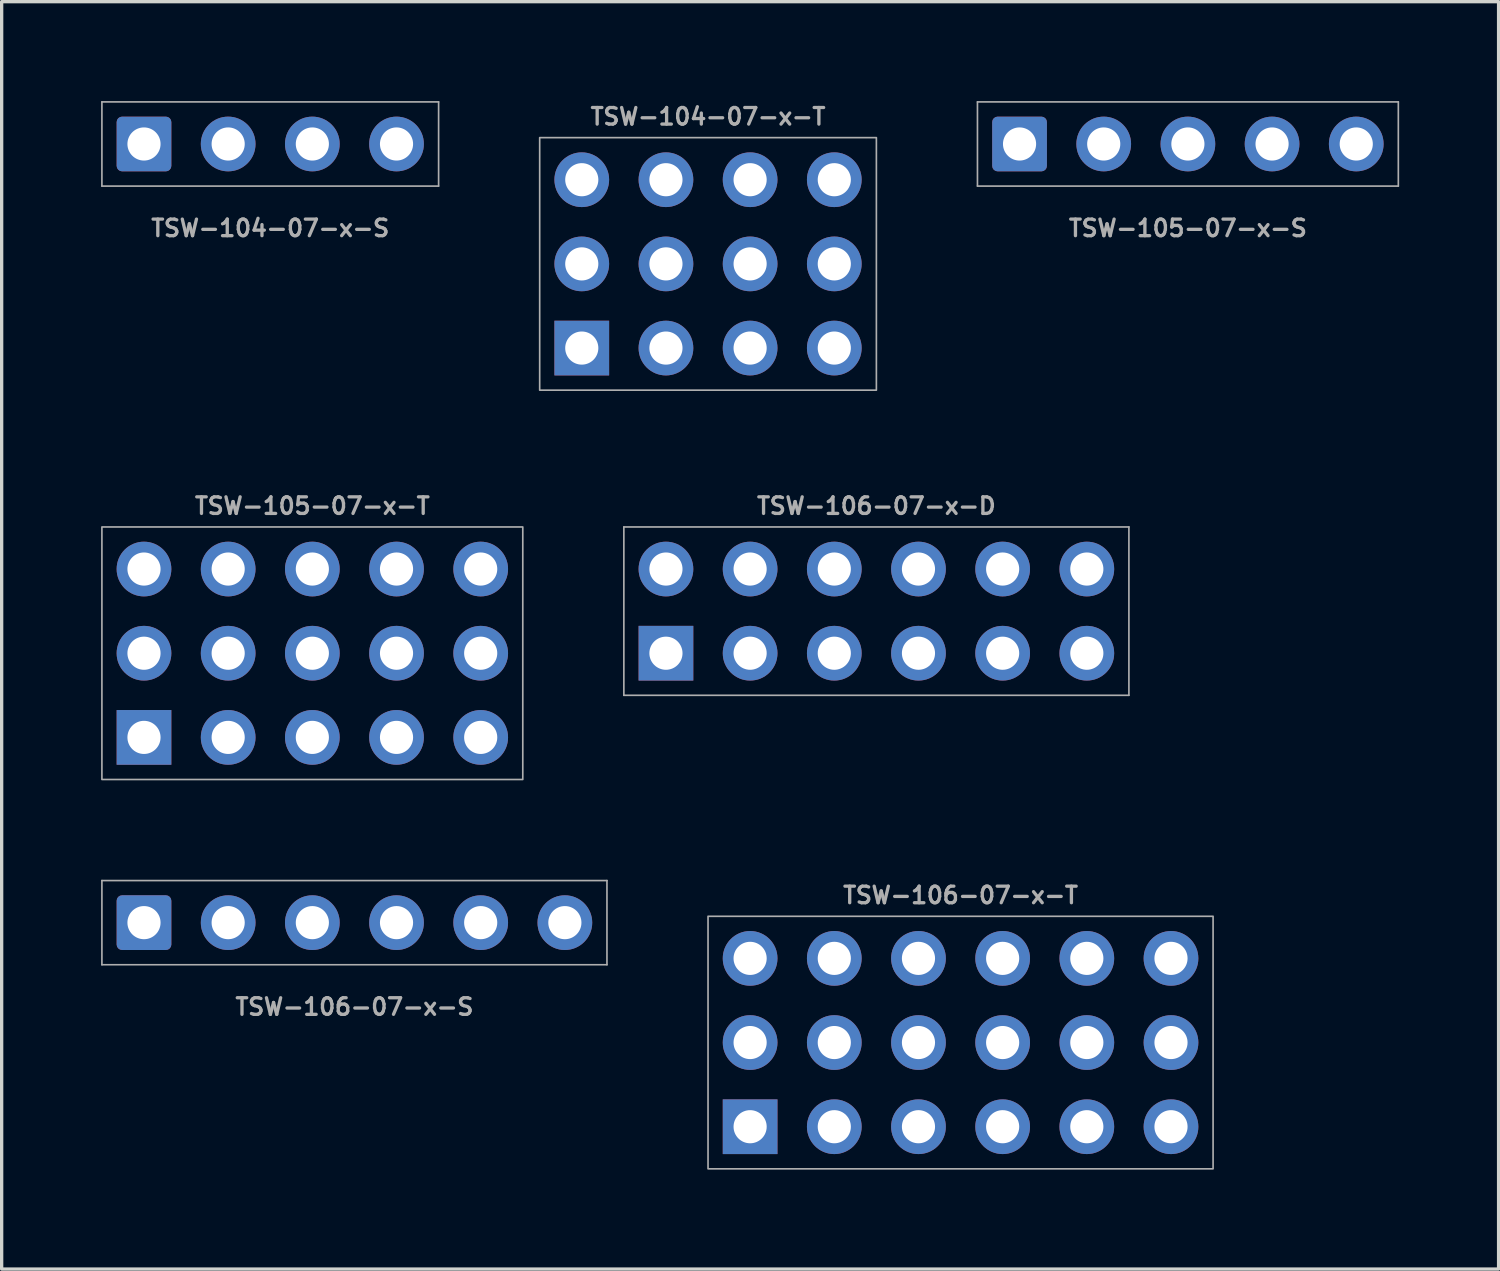
<source format=kicad_pcb>
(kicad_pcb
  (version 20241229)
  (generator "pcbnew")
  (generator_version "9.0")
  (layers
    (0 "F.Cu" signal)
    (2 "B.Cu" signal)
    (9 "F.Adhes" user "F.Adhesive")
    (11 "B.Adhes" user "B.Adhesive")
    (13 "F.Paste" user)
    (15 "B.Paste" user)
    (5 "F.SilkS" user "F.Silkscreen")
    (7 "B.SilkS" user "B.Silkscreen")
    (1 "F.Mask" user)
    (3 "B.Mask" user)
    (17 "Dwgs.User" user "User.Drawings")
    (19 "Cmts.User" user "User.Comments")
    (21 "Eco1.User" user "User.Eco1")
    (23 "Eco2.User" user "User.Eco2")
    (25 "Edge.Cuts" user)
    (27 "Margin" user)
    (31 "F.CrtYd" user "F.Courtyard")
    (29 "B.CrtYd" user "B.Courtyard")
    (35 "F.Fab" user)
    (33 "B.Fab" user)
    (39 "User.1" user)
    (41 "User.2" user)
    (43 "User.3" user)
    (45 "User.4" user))
  (footprint "TSW-104-07-x-S"
    (layer "F.Cu")
    (at 5.105 1.295)
    (property "Reference" "TSW-104-07-x-S" (at 0 2.54 0) (layer "F.Fab") (effects (font (size 0.5 0.5) (thickness 0.1))))
    (attr through_hole)
    (fp_line (start -5.08 -1.27) (end -5.08 1.27) (stroke (width 0.05) (type solid)) (layer "F.Fab"))
    (fp_line (start -5.08 1.27) (end 5.08 1.27) (stroke (width 0.05) (type solid)) (layer "F.Fab"))
    (fp_line (start 5.08 -1.27) (end -5.08 -1.27) (stroke (width 0.05) (type solid)) (layer "F.Fab"))
    (fp_line (start 5.08 1.27) (end 5.08 -1.27) (stroke (width 0.05) (type solid)) (layer "F.Fab"))
    (pad "1" thru_hole roundrect (at -3.81 0 90) (size 1.651 1.651) (drill 1) (layers "*.Cu" "*.Mask") (roundrect_rratio 0.1))
    (pad "2" thru_hole circle (at -1.27 0 90) (size 1.651 1.651) (drill 1) (layers "*.Cu" "*.Mask"))
    (pad "3" thru_hole circle (at 1.27 0 90) (size 1.651 1.651) (drill 1) (layers "*.Cu" "*.Mask"))
    (pad "4" thru_hole circle (at 3.81 0 90) (size 1.651 1.651) (drill 1) (layers "*.Cu" "*.Mask")))
  (footprint "TSW-105-07-x-S"
    (layer "F.Cu")
    (at 32.795 1.295)
    (property "Reference" "TSW-105-07-x-S" (at 0 2.54 0) (layer "F.Fab") (effects (font (size 0.5 0.5) (thickness 0.1))))
    (attr through_hole)
    (fp_line (start -6.35 -1.27) (end -6.35 1.27) (stroke (width 0.05) (type solid)) (layer "F.Fab"))
    (fp_line (start -6.35 1.27) (end 6.35 1.27) (stroke (width 0.05) (type solid)) (layer "F.Fab"))
    (fp_line (start 6.35 -1.27) (end -6.35 -1.27) (stroke (width 0.05) (type solid)) (layer "F.Fab"))
    (fp_line (start 6.35 1.27) (end 6.35 -1.27) (stroke (width 0.05) (type solid)) (layer "F.Fab"))
    (pad "1" thru_hole roundrect (at -5.08 0 90) (size 1.651 1.651) (drill 1) (layers "*.Cu" "*.Mask") (roundrect_rratio 0.1))
    (pad "2" thru_hole circle (at -2.54 0 90) (size 1.651 1.651) (drill 1) (layers "*.Cu" "*.Mask"))
    (pad "3" thru_hole circle (at 0 0 90) (size 1.651 1.651) (drill 1) (layers "*.Cu" "*.Mask"))
    (pad "4" thru_hole circle (at 2.54 0 90) (size 1.651 1.651) (drill 1) (layers "*.Cu" "*.Mask"))
    (pad "5" thru_hole circle (at 5.08 0 90) (size 1.651 1.651) (drill 1) (layers "*.Cu" "*.Mask")))
  (footprint "TSW-104-07-x-T"
    (layer "F.Cu")
    (at 18.315 4.913)
    (property "Reference" "TSW-104-07-x-T" (at 0 -4.445 0) (layer "F.Fab") (effects (font (size 0.5 0.5) (thickness 0.1))))
    (attr through_hole)
    (fp_rect (start -5.08 -3.81) (end 5.08 3.81) (stroke (width 0.05) (type solid)) (fill no) (layer "F.Fab"))
    (pad "1" thru_hole rect (at -3.81 2.54 90) (size 1.651 1.651) (drill 1) (layers "*.Cu" "*.Mask"))
    (pad "2" thru_hole circle (at -3.81 0 90) (size 1.651 1.651) (drill 1) (layers "*.Cu" "*.Mask"))
    (pad "3" thru_hole circle (at -3.81 -2.54 90) (size 1.651 1.651) (drill 1) (layers "*.Cu" "*.Mask"))
    (pad "4" thru_hole circle (at -1.27 2.54 90) (size 1.651 1.651) (drill 1) (layers "*.Cu" "*.Mask"))
    (pad "5" thru_hole circle (at -1.27 0) (size 1.651 1.651) (drill 1) (layers "*.Cu" "*.Mask"))
    (pad "6" thru_hole circle (at -1.27 -2.54) (size 1.651 1.651) (drill 1) (layers "*.Cu" "*.Mask"))
    (pad "7" thru_hole circle (at 1.27 2.54) (size 1.651 1.651) (drill 1) (layers "*.Cu" "*.Mask"))
    (pad "8" thru_hole circle (at 1.27 0) (size 1.651 1.651) (drill 1) (layers "*.Cu" "*.Mask"))
    (pad "9" thru_hole circle (at 1.27 -2.54 90) (size 1.651 1.651) (drill 1) (layers "*.Cu" "*.Mask"))
    (pad "10" thru_hole circle (at 3.81 2.54 90) (size 1.651 1.651) (drill 1) (layers "*.Cu" "*.Mask"))
    (pad "11" thru_hole circle (at 3.81 0) (size 1.651 1.651) (drill 1) (layers "*.Cu" "*.Mask"))
    (pad "12" thru_hole circle (at 3.81 -2.54) (size 1.651 1.651) (drill 1) (layers "*.Cu" "*.Mask")))
  (footprint "TSW-106-07-x-D"
    (layer "F.Cu")
    (at 23.395 15.391)
    (property "Reference" "TSW-106-07-x-D" (at 0 -3.175 0) (layer "F.Fab") (effects (font (size 0.5 0.5) (thickness 0.1))))
    (attr through_hole)
    (fp_line (start -7.62 -2.54) (end -7.62 2.54) (stroke (width 0.05) (type solid)) (layer "F.Fab"))
    (fp_line (start -7.62 2.54) (end 7.62 2.54) (stroke (width 0.05) (type solid)) (layer "F.Fab"))
    (fp_line (start 7.62 -2.54) (end -7.62 -2.54) (stroke (width 0.05) (type solid)) (layer "F.Fab"))
    (fp_line (start 7.62 2.54) (end 7.62 -2.54) (stroke (width 0.05) (type solid)) (layer "F.Fab"))
    (pad "1" thru_hole rect (at -6.35 1.27 90) (size 1.651 1.651) (drill 1) (layers "*.Cu" "*.Mask"))
    (pad "2" thru_hole circle (at -6.35 -1.27 90) (size 1.651 1.651) (drill 1) (layers "*.Cu" "*.Mask"))
    (pad "3" thru_hole circle (at -3.81 1.27 90) (size 1.651 1.651) (drill 1) (layers "*.Cu" "*.Mask"))
    (pad "4" thru_hole circle (at -3.81 -1.27 90) (size 1.651 1.651) (drill 1) (layers "*.Cu" "*.Mask"))
    (pad "5" thru_hole circle (at -1.27 1.27) (size 1.651 1.651) (drill 1) (layers "*.Cu" "*.Mask"))
    (pad "6" thru_hole circle (at -1.27 -1.27) (size 1.651 1.651) (drill 1) (layers "*.Cu" "*.Mask"))
    (pad "7" thru_hole circle (at 1.27 1.27) (size 1.651 1.651) (drill 1) (layers "*.Cu" "*.Mask"))
    (pad "8" thru_hole circle (at 1.27 -1.27) (size 1.651 1.651) (drill 1) (layers "*.Cu" "*.Mask"))
    (pad "9" thru_hole circle (at 3.81 1.27 90) (size 1.651 1.651) (drill 1) (layers "*.Cu" "*.Mask"))
    (pad "10" thru_hole circle (at 3.81 -1.27 90) (size 1.651 1.651) (drill 1) (layers "*.Cu" "*.Mask"))
    (pad "11" thru_hole circle (at 6.35 1.27) (size 1.651 1.651) (drill 1) (layers "*.Cu" "*.Mask"))
    (pad "12" thru_hole circle (at 6.35 -1.27) (size 1.651 1.651) (drill 1) (layers "*.Cu" "*.Mask")))
  (footprint "TSW-106-07-x-S"
    (layer "F.Cu")
    (at 7.645 24.791)
    (property "Reference" "TSW-106-07-x-S" (at 0 2.54 0) (layer "F.Fab") (effects (font (size 0.5 0.5) (thickness 0.1))))
    (attr through_hole)
    (fp_line (start -7.62 -1.27) (end -7.62 1.27) (stroke (width 0.05) (type solid)) (layer "F.Fab"))
    (fp_line (start -7.62 1.27) (end 7.62 1.27) (stroke (width 0.05) (type solid)) (layer "F.Fab"))
    (fp_line (start 7.62 -1.27) (end -7.62 -1.27) (stroke (width 0.05) (type solid)) (layer "F.Fab"))
    (fp_line (start 7.62 1.27) (end 7.62 -1.27) (stroke (width 0.05) (type solid)) (layer "F.Fab"))
    (pad "1" thru_hole roundrect (at -6.35 0 90) (size 1.651 1.651) (drill 1) (layers "*.Cu" "*.Mask") (roundrect_rratio 0.1))
    (pad "2" thru_hole circle (at -3.81 0 90) (size 1.651 1.651) (drill 1) (layers "*.Cu" "*.Mask"))
    (pad "3" thru_hole circle (at -1.27 0 90) (size 1.651 1.651) (drill 1) (layers "*.Cu" "*.Mask"))
    (pad "4" thru_hole circle (at 1.27 0 90) (size 1.651 1.651) (drill 1) (layers "*.Cu" "*.Mask"))
    (pad "5" thru_hole circle (at 3.81 0 90) (size 1.651 1.651) (drill 1) (layers "*.Cu" "*.Mask"))
    (pad "6" thru_hole circle (at 6.35 0 90) (size 1.651 1.651) (drill 1) (layers "*.Cu" "*.Mask")))
  (footprint "TSW-105-07-x-T"
    (layer "F.Cu")
    (at 6.375 16.661)
    (property "Reference" "TSW-105-07-x-T" (at 0 -4.445 0) (layer "F.Fab") (effects (font (size 0.5 0.5) (thickness 0.1))))
    (attr through_hole)
    (fp_rect (start -6.35 -3.81) (end 6.35 3.81) (stroke (width 0.05) (type solid)) (fill no) (layer "F.Fab"))
    (pad "1" thru_hole rect (at -5.08 2.54 90) (size 1.651 1.651) (drill 1) (layers "*.Cu" "*.Mask"))
    (pad "2" thru_hole circle (at -5.08 0 90) (size 1.651 1.651) (drill 1) (layers "*.Cu" "*.Mask"))
    (pad "3" thru_hole circle (at -5.08 -2.54 90) (size 1.651 1.651) (drill 1) (layers "*.Cu" "*.Mask"))
    (pad "4" thru_hole circle (at -2.54 2.54 90) (size 1.651 1.651) (drill 1) (layers "*.Cu" "*.Mask"))
    (pad "5" thru_hole circle (at -2.54 0) (size 1.651 1.651) (drill 1) (layers "*.Cu" "*.Mask"))
    (pad "6" thru_hole circle (at -2.54 -2.54) (size 1.651 1.651) (drill 1) (layers "*.Cu" "*.Mask"))
    (pad "7" thru_hole circle (at 0 2.54) (size 1.651 1.651) (drill 1) (layers "*.Cu" "*.Mask"))
    (pad "8" thru_hole circle (at 0 0) (size 1.651 1.651) (drill 1) (layers "*.Cu" "*.Mask"))
    (pad "9" thru_hole circle (at 0 -2.54 90) (size 1.651 1.651) (drill 1) (layers "*.Cu" "*.Mask"))
    (pad "10" thru_hole circle (at 2.54 2.54 90) (size 1.651 1.651) (drill 1) (layers "*.Cu" "*.Mask"))
    (pad "11" thru_hole circle (at 2.54 0) (size 1.651 1.651) (drill 1) (layers "*.Cu" "*.Mask"))
    (pad "12" thru_hole circle (at 2.54 -2.54) (size 1.651 1.651) (drill 1) (layers "*.Cu" "*.Mask"))
    (pad "13" thru_hole circle (at 5.08 2.54) (size 1.651 1.651) (drill 1) (layers "*.Cu" "*.Mask"))
    (pad "14" thru_hole circle (at 5.08 0) (size 1.651 1.651) (drill 1) (layers "*.Cu" "*.Mask"))
    (pad "15" thru_hole circle (at 5.08 -2.54) (size 1.651 1.651) (drill 1) (layers "*.Cu" "*.Mask")))
  (footprint "TSW-106-07-x-T"
    (layer "F.Cu")
    (at 25.935 28.409)
    (property "Reference" "TSW-106-07-x-T" (at 0 -4.445 0) (layer "F.Fab") (effects (font (size 0.5 0.5) (thickness 0.1))))
    (attr through_hole)
    (fp_rect (start -7.62 -3.81) (end 7.62 3.81) (stroke (width 0.05) (type solid)) (fill no) (layer "F.Fab"))
    (pad "1" thru_hole rect (at -6.35 2.54 90) (size 1.651 1.651) (drill 1) (layers "*.Cu" "*.Mask"))
    (pad "2" thru_hole circle (at -6.35 0 90) (size 1.651 1.651) (drill 1) (layers "*.Cu" "*.Mask"))
    (pad "3" thru_hole circle (at -6.35 -2.54 90) (size 1.651 1.651) (drill 1) (layers "*.Cu" "*.Mask"))
    (pad "4" thru_hole circle (at -3.81 2.54 90) (size 1.651 1.651) (drill 1) (layers "*.Cu" "*.Mask"))
    (pad "5" thru_hole circle (at -3.81 0) (size 1.651 1.651) (drill 1) (layers "*.Cu" "*.Mask"))
    (pad "6" thru_hole circle (at -3.81 -2.54) (size 1.651 1.651) (drill 1) (layers "*.Cu" "*.Mask"))
    (pad "7" thru_hole circle (at -1.27 2.54) (size 1.651 1.651) (drill 1) (layers "*.Cu" "*.Mask"))
    (pad "8" thru_hole circle (at -1.27 0) (size 1.651 1.651) (drill 1) (layers "*.Cu" "*.Mask"))
    (pad "9" thru_hole circle (at -1.27 -2.54 90) (size 1.651 1.651) (drill 1) (layers "*.Cu" "*.Mask"))
    (pad "10" thru_hole circle (at 1.27 2.54 90) (size 1.651 1.651) (drill 1) (layers "*.Cu" "*.Mask"))
    (pad "11" thru_hole circle (at 1.27 0) (size 1.651 1.651) (drill 1) (layers "*.Cu" "*.Mask"))
    (pad "12" thru_hole circle (at 1.27 -2.54) (size 1.651 1.651) (drill 1) (layers "*.Cu" "*.Mask"))
    (pad "13" thru_hole circle (at 3.81 2.54) (size 1.651 1.651) (drill 1) (layers "*.Cu" "*.Mask"))
    (pad "14" thru_hole circle (at 3.81 0) (size 1.651 1.651) (drill 1) (layers "*.Cu" "*.Mask"))
    (pad "15" thru_hole circle (at 3.81 -2.54) (size 1.651 1.651) (drill 1) (layers "*.Cu" "*.Mask"))
    (pad "16" thru_hole circle (at 6.35 2.54) (size 1.651 1.651) (drill 1) (layers "*.Cu" "*.Mask"))
    (pad "17" thru_hole circle (at 6.35 0) (size 1.651 1.651) (drill 1) (layers "*.Cu" "*.Mask"))
    (pad "18" thru_hole circle (at 6.35 -2.54) (size 1.651 1.651) (drill 1) (layers "*.Cu" "*.Mask")))
  (gr_rect
    (start -3 -3)
    (end 42.17 35.244)
    (stroke (width 0.1) (type default))
    (fill no)
    (layer "Edge.Cuts")))
</source>
